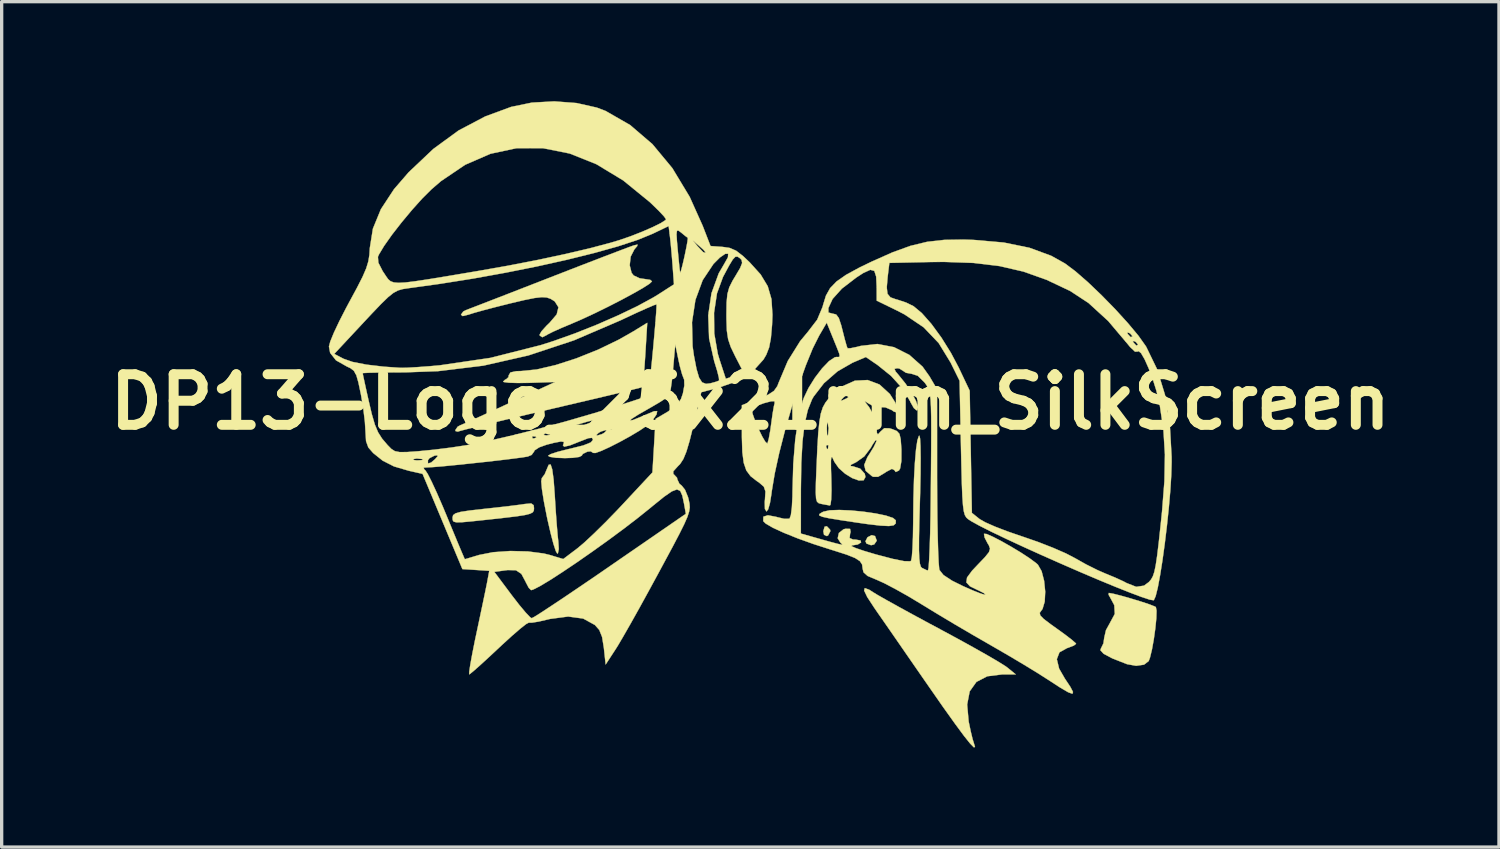
<source format=kicad_pcb>
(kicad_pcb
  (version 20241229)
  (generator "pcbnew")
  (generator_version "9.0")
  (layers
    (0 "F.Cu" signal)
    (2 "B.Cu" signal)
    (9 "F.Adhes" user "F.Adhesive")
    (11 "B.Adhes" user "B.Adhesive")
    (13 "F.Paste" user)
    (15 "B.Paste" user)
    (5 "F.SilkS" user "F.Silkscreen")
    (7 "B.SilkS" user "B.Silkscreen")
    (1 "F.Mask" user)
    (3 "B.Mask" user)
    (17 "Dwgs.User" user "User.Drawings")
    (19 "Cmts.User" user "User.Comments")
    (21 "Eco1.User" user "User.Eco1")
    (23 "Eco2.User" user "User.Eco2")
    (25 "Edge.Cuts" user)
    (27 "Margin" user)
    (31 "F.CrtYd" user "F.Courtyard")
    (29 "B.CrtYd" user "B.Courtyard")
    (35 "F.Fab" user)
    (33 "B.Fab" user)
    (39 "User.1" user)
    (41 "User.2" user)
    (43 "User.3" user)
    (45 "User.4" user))
  (footprint "DP13-Logo_25x21mm_SilkScreen"
    (layer "F.Cu")
    (at 19.565 9.065)
    (property "Reference" "DP13-Logo_25x21mm_SilkScreen" (at 0 0 0) (layer "F.SilkS") (effects (font (size 1.524 1.524) (thickness 0.3))))
    (attr through_hole)
    (fp_poly (pts (xy 2.405 3.85) (xy 2.413 3.895) (xy 2.346 4.022) (xy 2.307 4.043) (xy 2.222 4.004) (xy 2.201 3.895) (xy 2.24 3.76) (xy 2.307 3.747) (xy 2.405 3.85)) (stroke (width 0.01) (type solid)) (fill yes) (layer "F.SilkS"))
    (fp_poly (pts (xy 3.759 4.042) (xy 3.812 4.182) (xy 3.735 4.295) (xy 3.641 4.318) (xy 3.503 4.269) (xy 3.471 4.2) (xy 3.533 4.079) (xy 3.66 4.015) (xy 3.759 4.042)) (stroke (width 0.01) (type solid)) (fill yes) (layer "F.SilkS"))
    (fp_poly (pts (xy 3.036 3.271) (xy 3.414 3.308) (xy 3.777 3.361) (xy 4.086 3.425) (xy 4.302 3.497) (xy 4.385 3.567) (xy 4.384 3.661) (xy 4.322 3.718) (xy 4.178 3.74) (xy 3.927 3.728) (xy 3.549 3.684) (xy 3.204 3.635) (xy 2.717 3.562) (xy 2.38 3.507) (xy 2.174 3.462) (xy 2.08 3.422) (xy 2.08 3.381) (xy 2.155 3.332) (xy 2.206 3.307) (xy 2.393 3.266) (xy 2.683 3.256) (xy 3.036 3.271)) (stroke (width 0.01) (type solid)) (fill yes) (layer "F.SilkS"))
    (fp_poly (pts (xy -5.97 2.035) (xy -5.928 2.345) (xy -5.893 2.82) (xy -5.891 2.857) (xy -5.864 3.291) (xy -5.834 3.7) (xy -5.806 4.032) (xy -5.786 4.212) (xy -5.773 4.434) (xy -5.798 4.56) (xy -5.818 4.572) (xy -5.863 4.494) (xy -5.933 4.28) (xy -6.017 3.961) (xy -6.108 3.567) (xy -6.131 3.46) (xy -6.222 2.994) (xy -6.28 2.631) (xy -6.301 2.391) (xy -6.284 2.296) (xy -6.197 2.18) (xy -6.144 2.053) (xy -6.076 1.893) (xy -6.018 1.886) (xy -5.97 2.035)) (stroke (width 0.01) (type solid)) (fill yes) (layer "F.SilkS"))
    (fp_poly (pts (xy -6.53 3.112) (xy -6.519 3.203) (xy -6.525 3.273) (xy -6.557 3.327) (xy -6.639 3.37) (xy -6.794 3.409) (xy -7.044 3.448) (xy -7.414 3.492) (xy -7.927 3.549) (xy -8.001 3.557) (xy -8.418 3.601) (xy -8.694 3.626) (xy -8.86 3.629) (xy -8.943 3.607) (xy -8.971 3.56) (xy -8.975 3.484) (xy -8.975 3.482) (xy -8.957 3.411) (xy -8.884 3.358) (xy -8.729 3.314) (xy -8.463 3.273) (xy -8.058 3.227) (xy -8.022 3.223) (xy -7.608 3.178) (xy -7.23 3.134) (xy -6.936 3.097) (xy -6.795 3.076) (xy -6.605 3.059) (xy -6.53 3.112)) (stroke (width 0.01) (type solid)) (fill yes) (layer "F.SilkS"))
    (fp_poly (pts (xy 10.942 5.781) (xy 11.182 5.842) (xy 11.476 5.926) (xy 11.776 6.017) (xy 12.032 6.102) (xy 12.195 6.166) (xy 12.224 6.183) (xy 12.245 6.293) (xy 12.238 6.523) (xy 12.208 6.825) (xy 12.162 7.155) (xy 12.106 7.464) (xy 12.047 7.707) (xy 12.008 7.811) (xy 11.867 7.919) (xy 11.63 7.953) (xy 11.357 7.904) (xy 11.345 7.9) (xy 10.915 7.731) (xy 10.65 7.591) (xy 10.551 7.482) (xy 10.568 7.432) (xy 10.644 7.276) (xy 10.668 7.106) (xy 10.721 6.877) (xy 10.837 6.666) (xy 10.986 6.389) (xy 10.971 6.126) (xy 10.875 5.946) (xy 10.799 5.81) (xy 10.806 5.757) (xy 10.942 5.781)) (stroke (width 0.01) (type solid)) (fill yes) (layer "F.SilkS"))
    (fp_poly (pts (xy 3.586 5.661) (xy 3.699 5.734) (xy 3.84 5.82) (xy 4.107 5.972) (xy 4.474 6.176) (xy 4.918 6.419) (xy 5.414 6.687) (xy 5.715 6.848) (xy 6.232 7.127) (xy 6.711 7.391) (xy 7.129 7.627) (xy 7.461 7.821) (xy 7.681 7.958) (xy 7.747 8.005) (xy 8.001 8.212) (xy 7.595 8.212) (xy 7.142 8.269) (xy 6.815 8.439) (xy 6.613 8.723) (xy 6.536 9.121) (xy 6.582 9.634) (xy 6.643 9.926) (xy 6.701 10.165) (xy 6.733 10.266) (xy 6.773 10.398) (xy 6.739 10.411) (xy 6.63 10.301) (xy 6.441 10.065) (xy 6.17 9.698) (xy 5.812 9.197) (xy 5.376 8.571) (xy 5.012 8.046) (xy 4.659 7.536) (xy 4.335 7.067) (xy 4.057 6.666) (xy 3.843 6.359) (xy 3.735 6.202) (xy 3.525 5.881) (xy 3.431 5.685) (xy 3.451 5.611) (xy 3.586 5.661)) (stroke (width 0.01) (type solid)) (fill yes) (layer "F.SilkS"))
    (fp_poly (pts (xy -3.164 -1.43) (xy -3.19 -1.048) (xy -3.214 -0.734) (xy -3.235 -0.523) (xy -3.247 -0.45) (xy -3.333 -0.425) (xy -3.564 -0.367) (xy -3.921 -0.28) (xy -4.385 -0.169) (xy -4.936 -0.039) (xy -5.555 0.106) (xy -6.006 0.212) (xy -6.663 0.365) (xy -7.267 0.509) (xy -7.8 0.636) (xy -8.241 0.744) (xy -8.569 0.826) (xy -8.766 0.879) (xy -8.814 0.895) (xy -8.885 0.878) (xy -8.89 0.849) (xy -8.821 0.746) (xy -8.742 0.703) (xy -8.619 0.651) (xy -8.371 0.54) (xy -8.025 0.384) (xy -7.611 0.195) (xy -7.239 0.024) (xy -5.884 -0.601) (xy -6.668 -0.575) (xy -7.008 -0.571) (xy -7.274 -0.579) (xy -7.427 -0.599) (xy -7.451 -0.614) (xy -7.386 -0.676) (xy -7.366 -0.677) (xy -7.291 -0.746) (xy -7.281 -0.804) (xy -7.229 -0.89) (xy -7.054 -0.927) (xy -6.916 -0.931) (xy -6.443 -0.978) (xy -5.871 -1.111) (xy -5.241 -1.314) (xy -4.592 -1.574) (xy -3.963 -1.878) (xy -3.531 -2.124) (xy -3.106 -2.385) (xy -3.164 -1.43)) (stroke (width 0.01) (type solid)) (fill yes) (layer "F.SilkS"))
    (fp_poly (pts (xy -3.409 -4.698) (xy -3.493 -4.6) (xy -3.606 -4.38) (xy -3.635 -4.119) (xy -3.578 -3.891) (xy -3.513 -3.81) (xy -3.331 -3.726) (xy -3.175 -3.704) (xy -3.016 -3.68) (xy -2.963 -3.635) (xy -3.035 -3.565) (xy -3.232 -3.438) (xy -3.524 -3.271) (xy -3.883 -3.077) (xy -4.279 -2.874) (xy -4.684 -2.675) (xy -5.069 -2.496) (xy -5.376 -2.363) (xy -5.693 -2.23) (xy -5.952 -2.114) (xy -6.11 -2.034) (xy -6.134 -2.017) (xy -6.269 -1.95) (xy -6.346 -2) (xy -6.35 -2.03) (xy -6.292 -2.131) (xy -6.145 -2.295) (xy -6.05 -2.386) (xy -5.835 -2.638) (xy -5.783 -2.855) (xy -5.895 -3.032) (xy -6.02 -3.109) (xy -6.137 -3.149) (xy -6.287 -3.158) (xy -6.502 -3.133) (xy -6.815 -3.07) (xy -7.247 -2.968) (xy -7.661 -2.864) (xy -8.035 -2.766) (xy -8.325 -2.685) (xy -8.488 -2.633) (xy -8.67 -2.588) (xy -8.721 -2.629) (xy -8.652 -2.726) (xy -8.572 -2.767) (xy -8.458 -2.811) (xy -8.208 -2.907) (xy -7.841 -3.049) (xy -7.379 -3.228) (xy -6.843 -3.437) (xy -6.253 -3.666) (xy -6.054 -3.744) (xy -5.45 -3.979) (xy -4.892 -4.195) (xy -4.401 -4.384) (xy -3.997 -4.538) (xy -3.701 -4.65) (xy -3.536 -4.71) (xy -3.514 -4.718) (xy -3.399 -4.744) (xy -3.409 -4.698)) (stroke (width 0.01) (type solid)) (fill yes) (layer "F.SilkS"))
    (fp_poly (pts (xy 3.895 -0.525) (xy 4.207 -0.239) (xy 4.37 0.018) (xy 4.452 0.226) (xy 4.435 0.322) (xy 4.326 0.291) (xy 4.266 0.246) (xy 4.073 0.164) (xy 3.918 0.156) (xy 3.7 0.123) (xy 3.531 0.028) (xy 3.451 -0.029) (xy 3.486 0.035) (xy 3.58 0.155) (xy 3.772 0.494) (xy 3.81 0.742) (xy 3.816 0.934) (xy 3.847 0.979) (xy 3.919 0.9) (xy 3.923 0.894) (xy 4.038 0.791) (xy 4.198 0.795) (xy 4.283 0.821) (xy 4.418 0.877) (xy 4.495 0.962) (xy 4.533 1.122) (xy 4.553 1.402) (xy 4.555 1.437) (xy 4.554 1.78) (xy 4.516 2.004) (xy 4.481 2.066) (xy 4.383 2.112) (xy 4.343 2.055) (xy 4.268 2.017) (xy 4.103 2.103) (xy 4.054 2.137) (xy 3.852 2.256) (xy 3.706 2.257) (xy 3.664 2.235) (xy 3.477 2.076) (xy 3.433 1.9) (xy 3.527 1.669) (xy 3.589 1.572) (xy 3.721 1.358) (xy 3.798 1.194) (xy 3.806 1.152) (xy 3.77 1.16) (xy 3.684 1.287) (xy 3.635 1.377) (xy 3.435 1.642) (xy 3.194 1.814) (xy 3.034 1.894) (xy 3.025 1.932) (xy 3.095 1.94) (xy 3.312 2.01) (xy 3.45 2.164) (xy 3.471 2.261) (xy 3.415 2.362) (xy 3.27 2.367) (xy 3.073 2.296) (xy 2.86 2.165) (xy 2.668 1.995) (xy 2.533 1.803) (xy 2.52 1.773) (xy 2.472 1.67) (xy 2.443 1.662) (xy 2.431 1.769) (xy 2.432 2.01) (xy 2.442 2.322) (xy 2.448 2.667) (xy 2.439 2.937) (xy 2.418 3.095) (xy 2.4 3.121) (xy 2.266 3.097) (xy 2.14 3.073) (xy 2.063 3.052) (xy 2.011 3.007) (xy 1.982 2.907) (xy 1.972 2.727) (xy 1.977 2.436) (xy 1.994 2.006) (xy 1.996 1.963) (xy 2.022 1.371) (xy 2.023 1.355) (xy 2.286 1.355) (xy 2.317 1.424) (xy 2.342 1.411) (xy 2.353 1.311) (xy 2.342 1.298) (xy 2.292 1.31) (xy 2.286 1.355) (xy 2.023 1.355) (xy 2.049 0.922) (xy 2.061 0.804) (xy 2.307 0.804) (xy 2.314 0.979) (xy 2.333 1.024) (xy 2.344 0.996) (xy 2.36 0.792) (xy 2.346 0.657) (xy 2.324 0.61) (xy 2.31 0.712) (xy 2.307 0.804) (xy 2.061 0.804) (xy 2.083 0.589) (xy 2.123 0.363) (xy 2.371 0.363) (xy 2.387 0.423) (xy 2.395 0.416) (xy 2.458 0.328) (xy 2.543 0.212) (xy 2.622 0.097) (xy 2.593 0.102) (xy 2.519 0.159) (xy 2.4 0.288) (xy 2.371 0.363) (xy 2.123 0.363) (xy 2.127 0.345) (xy 2.186 0.164) (xy 2.267 0.018) (xy 2.318 -0.047) (xy 2.727 -0.047) (xy 2.764 -0.044) (xy 2.899 -0.105) (xy 2.935 -0.127) (xy 3.217 -0.127) (xy 3.26 -0.085) (xy 3.302 -0.127) (xy 3.26 -0.169) (xy 3.217 -0.127) (xy 2.935 -0.127) (xy 3.031 -0.187) (xy 3.041 -0.241) (xy 3.037 -0.243) (xy 2.913 -0.214) (xy 2.809 -0.136) (xy 2.727 -0.047) (xy 2.318 -0.047) (xy 2.374 -0.118) (xy 2.389 -0.135) (xy 2.763 -0.466) (xy 3.153 -0.641) (xy 3.537 -0.66) (xy 3.895 -0.525)) (stroke (width 0.01) (type solid)) (fill yes) (layer "F.SilkS"))
    (fp_poly (pts (xy 6.731 -4.884) (xy 7.639 -4.805) (xy 8.412 -4.647) (xy 9.068 -4.406) (xy 9.483 -4.175) (xy 9.797 -3.94) (xy 10.176 -3.61) (xy 10.588 -3.216) (xy 11.001 -2.794) (xy 11.382 -2.375) (xy 11.7 -1.994) (xy 11.92 -1.683) (xy 11.934 -1.661) (xy 12.266 -0.976) (xy 12.501 -0.209) (xy 12.644 0.66) (xy 12.699 1.653) (xy 12.7 1.812) (xy 12.689 2.201) (xy 12.66 2.668) (xy 12.615 3.185) (xy 12.558 3.727) (xy 12.493 4.267) (xy 12.423 4.776) (xy 12.351 5.228) (xy 12.282 5.597) (xy 12.218 5.854) (xy 12.164 5.974) (xy 12.157 5.978) (xy 12.042 5.96) (xy 11.795 5.879) (xy 11.439 5.745) (xy 10.994 5.568) (xy 10.484 5.357) (xy 9.93 5.121) (xy 9.354 4.87) (xy 8.777 4.614) (xy 8.222 4.363) (xy 7.71 4.125) (xy 7.263 3.911) (xy 6.903 3.729) (xy 6.652 3.59) (xy 6.562 3.53) (xy 6.508 3.48) (xy 6.466 3.407) (xy 6.434 3.29) (xy 6.41 3.108) (xy 6.391 2.84) (xy 6.376 2.464) (xy 6.363 1.959) (xy 6.35 1.381) (xy 6.308 -0.639) (xy 6.037 -1.188) (xy 5.677 -1.776) (xy 5.224 -2.25) (xy 4.648 -2.638) (xy 4.44 -2.746) (xy 3.81 -3.053) (xy 3.809 -3.45) (xy 4.113 -3.45) (xy 4.136 -3.258) (xy 4.225 -3.152) (xy 4.398 -3.091) (xy 4.424 -3.086) (xy 4.696 -2.996) (xy 4.92 -2.886) (xy 5.169 -2.679) (xy 5.458 -2.352) (xy 5.759 -1.941) (xy 6.046 -1.481) (xy 6.281 -1.037) (xy 6.613 -0.338) (xy 6.646 1.503) (xy 6.679 3.344) (xy 6.914 3.532) (xy 7.084 3.629) (xy 7.376 3.758) (xy 7.751 3.902) (xy 8.171 4.047) (xy 8.217 4.062) (xy 8.673 4.22) (xy 9.122 4.395) (xy 9.512 4.565) (xy 9.786 4.708) (xy 10.122 4.897) (xy 10.477 5.074) (xy 10.71 5.175) (xy 10.998 5.294) (xy 11.253 5.411) (xy 11.345 5.46) (xy 11.633 5.573) (xy 11.868 5.537) (xy 12.014 5.428) (xy 12.079 5.353) (xy 12.132 5.259) (xy 12.178 5.123) (xy 12.22 4.922) (xy 12.263 4.634) (xy 12.311 4.237) (xy 12.368 3.708) (xy 12.41 3.302) (xy 12.482 2.387) (xy 12.497 1.584) (xy 12.452 0.847) (xy 12.346 0.127) (xy 12.317 -0.022) (xy 12.235 -0.354) (xy 12.127 -0.697) (xy 12.005 -1.018) (xy 11.885 -1.286) (xy 11.779 -1.469) (xy 11.701 -1.534) (xy 11.681 -1.519) (xy 11.596 -1.515) (xy 11.447 -1.656) (xy 11.377 -1.742) (xy 11.296 -1.838) (xy 11.528 -1.838) (xy 11.549 -1.791) (xy 11.634 -1.7) (xy 11.683 -1.719) (xy 11.684 -1.731) (xy 11.624 -1.802) (xy 11.586 -1.828) (xy 11.528 -1.838) (xy 11.296 -1.838) (xy 11.081 -2.092) (xy 11.359 -2.092) (xy 11.38 -2.045) (xy 11.465 -1.954) (xy 11.514 -1.973) (xy 11.515 -1.985) (xy 11.455 -2.056) (xy 11.417 -2.082) (xy 11.359 -2.092) (xy 11.081 -2.092) (xy 10.786 -2.441) (xy 10.193 -2.983) (xy 9.644 -3.343) (xy 8.933 -3.68) (xy 8.236 -3.928) (xy 7.514 -4.095) (xy 6.726 -4.19) (xy 5.833 -4.221) (xy 5.419 -4.217) (xy 4.191 -4.191) (xy 4.14 -3.768) (xy 4.113 -3.45) (xy 3.809 -3.45) (xy 3.809 -3.453) (xy 3.794 -3.777) (xy 3.738 -3.95) (xy 3.617 -3.983) (xy 3.406 -3.887) (xy 3.195 -3.75) (xy 2.759 -3.415) (xy 2.48 -3.104) (xy 2.354 -2.831) (xy 2.355 -2.695) (xy 2.479 -2.661) (xy 2.483 -2.662) (xy 2.588 -2.636) (xy 2.668 -2.529) (xy 2.742 -2.305) (xy 2.779 -2.159) (xy 2.848 -1.887) (xy 2.903 -1.691) (xy 2.93 -1.618) (xy 3.021 -1.619) (xy 3.218 -1.66) (xy 3.334 -1.69) (xy 3.832 -1.746) (xy 4.33 -1.651) (xy 4.794 -1.418) (xy 5.192 -1.064) (xy 5.399 -0.774) (xy 5.63 -0.381) (xy 5.63 2.244) (xy 5.633 2.902) (xy 5.639 3.513) (xy 5.649 4.054) (xy 5.662 4.501) (xy 5.677 4.834) (xy 5.694 5.029) (xy 5.701 5.064) (xy 5.821 5.216) (xy 6.084 5.389) (xy 6.413 5.552) (xy 6.709 5.682) (xy 6.942 5.774) (xy 7.071 5.813) (xy 7.085 5.812) (xy 7.039 5.762) (xy 6.885 5.684) (xy 6.864 5.675) (xy 6.622 5.557) (xy 6.512 5.439) (xy 6.533 5.292) (xy 6.686 5.085) (xy 6.855 4.906) (xy 7.075 4.676) (xy 7.193 4.528) (xy 7.226 4.424) (xy 7.192 4.325) (xy 7.151 4.259) (xy 7.062 4.086) (xy 7.043 3.974) (xy 7.12 3.98) (xy 7.305 4.06) (xy 7.561 4.192) (xy 7.854 4.358) (xy 8.15 4.536) (xy 8.414 4.709) (xy 8.611 4.854) (xy 8.669 4.906) (xy 8.781 5.102) (xy 8.856 5.392) (xy 8.889 5.717) (xy 8.874 6.019) (xy 8.809 6.238) (xy 8.776 6.283) (xy 8.724 6.356) (xy 8.74 6.434) (xy 8.845 6.542) (xy 9.059 6.704) (xy 9.231 6.827) (xy 9.498 7.02) (xy 9.702 7.178) (xy 9.811 7.275) (xy 9.82 7.29) (xy 9.749 7.345) (xy 9.573 7.412) (xy 9.546 7.42) (xy 9.318 7.547) (xy 9.239 7.753) (xy 9.308 8.038) (xy 9.477 8.332) (xy 9.647 8.588) (xy 9.727 8.743) (xy 9.708 8.796) (xy 9.58 8.75) (xy 9.332 8.604) (xy 8.975 8.372) (xy 8.659 8.171) (xy 8.244 7.917) (xy 7.781 7.642) (xy 7.319 7.374) (xy 7.237 7.327) (xy 6.735 7.038) (xy 6.178 6.712) (xy 5.635 6.387) (xy 5.171 6.104) (xy 5.162 6.098) (xy 4.763 5.858) (xy 4.375 5.64) (xy 4.042 5.465) (xy 3.805 5.358) (xy 3.789 5.352) (xy 3.534 5.244) (xy 3.412 5.134) (xy 3.387 5.028) (xy 3.37 4.9) (xy 3.303 4.798) (xy 3.158 4.704) (xy 2.909 4.604) (xy 2.529 4.482) (xy 2.413 4.446) (xy 1.903 4.282) (xy 1.426 4.111) (xy 1.069 3.967) (xy 1.524 3.967) (xy 2.011 4.105) (xy 2.387 4.211) (xy 2.624 4.274) (xy 2.746 4.301) (xy 2.775 4.294) (xy 2.737 4.26) (xy 2.722 4.25) (xy 2.634 4.109) (xy 2.67 3.95) (xy 2.809 3.839) (xy 2.866 3.824) (xy 3.007 3.826) (xy 3.023 3.919) (xy 3.008 3.972) (xy 2.994 4.102) (xy 3.094 4.146) (xy 3.174 4.149) (xy 3.324 4.176) (xy 3.339 4.236) (xy 3.238 4.297) (xy 3.064 4.324) (xy 3.051 4.347) (xy 3.179 4.405) (xy 3.425 4.489) (xy 3.767 4.591) (xy 3.81 4.603) (xy 4.302 4.732) (xy 4.638 4.799) (xy 4.818 4.803) (xy 4.846 4.787) (xy 4.869 4.674) (xy 4.888 4.425) (xy 4.902 4.076) (xy 4.909 3.659) (xy 4.91 3.556) (xy 4.917 2.913) (xy 4.934 2.331) (xy 4.961 1.831) (xy 4.995 1.434) (xy 5.036 1.158) (xy 5.081 1.025) (xy 5.096 1.016) (xy 5.117 1.097) (xy 5.13 1.329) (xy 5.135 1.693) (xy 5.132 2.171) (xy 5.12 2.743) (xy 5.113 2.971) (xy 5.095 3.612) (xy 5.085 4.103) (xy 5.084 4.464) (xy 5.093 4.715) (xy 5.112 4.876) (xy 5.141 4.967) (xy 5.173 5.002) (xy 5.312 5.069) (xy 5.355 5.079) (xy 5.373 4.998) (xy 5.39 4.77) (xy 5.406 4.417) (xy 5.421 3.961) (xy 5.432 3.424) (xy 5.439 2.857) (xy 5.447 2.047) (xy 5.452 1.388) (xy 5.454 0.863) (xy 5.452 0.455) (xy 5.445 0.147) (xy 5.433 -0.08) (xy 5.413 -0.242) (xy 5.386 -0.357) (xy 5.349 -0.443) (xy 5.304 -0.516) (xy 5.257 -0.582) (xy 5.049 -0.788) (xy 4.868 -0.847) (xy 4.691 -0.879) (xy 4.614 -0.931) (xy 4.493 -1.007) (xy 4.425 -1.016) (xy 4.346 -0.997) (xy 4.38 -0.918) (xy 4.459 -0.826) (xy 4.677 -0.555) (xy 4.861 -0.28) (xy 4.992 -0.034) (xy 5.057 0.153) (xy 5.037 0.248) (xy 5.011 0.254) (xy 4.929 0.184) (xy 4.831 0.012) (xy 4.819 -0.017) (xy 4.592 -0.4) (xy 4.243 -0.785) (xy 3.846 -1.105) (xy 3.484 -1.354) (xy 3.076 -1.18) (xy 2.629 -0.922) (xy 2.22 -0.565) (xy 1.908 -0.161) (xy 1.859 -0.074) (xy 1.733 0.244) (xy 1.638 0.657) (xy 1.574 1.184) (xy 1.537 1.841) (xy 1.525 2.64) (xy 1.524 3.967) (xy 1.069 3.967) (xy 1.009 3.943) (xy 0.679 3.791) (xy 0.463 3.665) (xy 0.39 3.592) (xy 0.394 3.459) (xy 0.53 3.416) (xy 0.783 3.464) (xy 0.804 3.471) (xy 1.02 3.522) (xy 1.171 3.521) (xy 1.184 3.515) (xy 1.223 3.411) (xy 1.253 3.177) (xy 1.27 2.851) (xy 1.272 2.683) (xy 1.295 1.87) (xy 1.355 1.13) (xy 1.45 0.492) (xy 1.576 -0.015) (xy 1.612 -0.12) (xy 1.755 -0.421) (xy 1.948 -0.73) (xy 2.164 -1.012) (xy 2.372 -1.229) (xy 2.545 -1.345) (xy 2.593 -1.355) (xy 2.663 -1.354) (xy 2.694 -1.377) (xy 2.68 -1.457) (xy 2.614 -1.628) (xy 2.506 -1.893) (xy 2.304 -2.39) (xy 2.073 -1.995) (xy 1.882 -1.614) (xy 1.673 -1.102) (xy 1.457 -0.496) (xy 1.245 0.17) (xy 1.046 0.858) (xy 0.873 1.532) (xy 0.736 2.157) (xy 0.646 2.697) (xy 0.637 2.773) (xy 0.593 3.047) (xy 0.538 3.238) (xy 0.489 3.302) (xy 0.44 3.225) (xy 0.435 3.017) (xy 0.442 2.937) (xy 0.457 2.699) (xy 0.408 2.554) (xy 0.264 2.429) (xy 0.196 2.384) (xy 0.009 2.238) (xy -0.119 2.067) (xy -0.198 1.836) (xy -0.24 1.512) (xy -0.254 1.061) (xy -0.254 0.933) (xy -0.254 0.221) (xy 0.042 0.221) (xy 0.072 0.366) (xy 0.149 0.581) (xy 0.251 0.821) (xy 0.359 1.042) (xy 0.453 1.201) (xy 0.511 1.252) (xy 0.517 1.247) (xy 0.556 1.111) (xy 0.601 0.866) (xy 0.632 0.643) (xy 0.672 0.355) (xy 0.711 0.129) (xy 0.734 0.036) (xy 0.728 -0.021) (xy 0.624 -0.019) (xy 0.409 0.038) (xy 0.189 0.117) (xy 0.058 0.194) (xy 0.042 0.221) (xy -0.254 0.221) (xy -0.254 0.098) (xy 0.254 -0.099) (xy 0.544 -0.222) (xy 0.715 -0.335) (xy 0.814 -0.475) (xy 0.859 -0.592) (xy 1.131 -1.236) (xy 1.502 -1.831) (xy 1.731 -2.107) (xy 2.016 -2.478) (xy 2.178 -2.864) (xy 2.196 -2.932) (xy 2.28 -3.204) (xy 2.406 -3.43) (xy 2.6 -3.631) (xy 2.886 -3.831) (xy 3.288 -4.05) (xy 3.66 -4.23) (xy 4.287 -4.509) (xy 4.825 -4.704) (xy 5.328 -4.826) (xy 5.846 -4.885) (xy 6.431 -4.894) (xy 6.731 -4.884)) (stroke (width 0.01) (type solid)) (fill yes) (layer "F.SilkS"))
    (fp_poly (pts (xy -5.237 -9.009) (xy -4.628 -8.872) (xy -4.364 -8.772) (xy -3.623 -8.347) (xy -2.95 -7.77) (xy -2.35 -7.047) (xy -1.828 -6.183) (xy -1.435 -5.308) (xy -1.199 -4.699) (xy -0.832 -4.673) (xy -0.615 -4.64) (xy -0.427 -4.558) (xy -0.219 -4.397) (xy -0.021 -4.21) (xy 0.311 -3.843) (xy 0.525 -3.489) (xy 0.638 -3.1) (xy 0.668 -2.627) (xy 0.656 -2.324) (xy 0.621 -1.925) (xy 0.567 -1.642) (xy 0.481 -1.421) (xy 0.396 -1.277) (xy 0.064 -0.909) (xy -0.394 -0.626) (xy -0.965 -0.427) (xy -1.478 -0.293) (xy -1.717 0.721) (xy -1.831 1.178) (xy -1.927 1.5) (xy -2.017 1.719) (xy -2.115 1.869) (xy -2.185 1.94) (xy -2.323 2.094) (xy -2.318 2.175) (xy -2.307 2.18) (xy -2.209 2.284) (xy -2.201 2.331) (xy -2.136 2.468) (xy -2.069 2.521) (xy -1.969 2.645) (xy -1.878 2.867) (xy -1.855 2.956) (xy -1.832 3.071) (xy -1.825 3.181) (xy -1.844 3.304) (xy -1.895 3.463) (xy -1.989 3.678) (xy -2.134 3.969) (xy -2.338 4.359) (xy -2.611 4.866) (xy -2.764 5.15) (xy -3.057 5.689) (xy -3.341 6.206) (xy -3.602 6.672) (xy -3.824 7.06) (xy -3.99 7.343) (xy -4.057 7.449) (xy -4.36 7.914) (xy -4.414 7.411) (xy -4.467 7.085) (xy -4.552 6.872) (xy -4.685 6.722) (xy -5.038 6.529) (xy -5.49 6.468) (xy -6.035 6.54) (xy -6.098 6.555) (xy -6.377 6.62) (xy -6.588 6.654) (xy -6.678 6.653) (xy -6.757 6.695) (xy -6.934 6.834) (xy -7.185 7.051) (xy -7.485 7.325) (xy -7.58 7.414) (xy -7.891 7.704) (xy -8.157 7.948) (xy -8.355 8.122) (xy -8.462 8.207) (xy -8.472 8.212) (xy -8.472 8.134) (xy -8.44 7.92) (xy -8.381 7.597) (xy -8.301 7.194) (xy -8.252 6.964) (xy -8.153 6.498) (xy -8.062 6.066) (xy -7.987 5.707) (xy -7.937 5.46) (xy -7.926 5.402) (xy -7.874 5.122) (xy -7.715 5.122) (xy -7.193 5.821) (xy -6.968 6.112) (xy -6.775 6.343) (xy -6.638 6.487) (xy -6.589 6.519) (xy -6.502 6.473) (xy -6.293 6.341) (xy -5.979 6.135) (xy -5.577 5.867) (xy -5.104 5.547) (xy -4.577 5.188) (xy -4.225 4.945) (xy -1.942 3.372) (xy -1.998 3.062) (xy -2.049 2.824) (xy -2.112 2.681) (xy -2.21 2.637) (xy -2.365 2.695) (xy -2.599 2.857) (xy -2.933 3.127) (xy -3.02 3.199) (xy -3.395 3.5) (xy -3.825 3.83) (xy -4.29 4.173) (xy -4.766 4.514) (xy -5.231 4.838) (xy -5.664 5.129) (xy -6.042 5.373) (xy -6.342 5.553) (xy -6.544 5.655) (xy -6.607 5.673) (xy -6.678 5.603) (xy -6.767 5.434) (xy -6.772 5.421) (xy -6.901 5.181) (xy -7.063 5.073) (xy -7.313 5.067) (xy -7.392 5.077) (xy -7.715 5.122) (xy -7.874 5.122) (xy -7.868 5.09) (xy -8.678 5.038) (xy -9.878 2.168) (xy -10.294 2.074) (xy -10.614 1.98) (xy -9.848 1.98) (xy -9.826 2.035) (xy -9.794 2.062) (xy -9.723 2.17) (xy -9.603 2.407) (xy -9.447 2.744) (xy -9.269 3.153) (xy -9.145 3.45) (xy -8.968 3.88) (xy -8.815 4.249) (xy -8.696 4.532) (xy -8.623 4.702) (xy -8.604 4.74) (xy -8.525 4.718) (xy -8.333 4.66) (xy -8.178 4.613) (xy -7.751 4.529) (xy -7.235 4.493) (xy -6.703 4.506) (xy -6.226 4.568) (xy -6.05 4.611) (xy -5.638 4.735) (xy -5.21 4.412) (xy -4.999 4.234) (xy -4.708 3.962) (xy -4.368 3.628) (xy -4.013 3.263) (xy -3.866 3.107) (xy -2.95 2.125) (xy -2.902 1.317) (xy -2.854 0.51) (xy -2.488 0.295) (xy -2.234 0.115) (xy -2.09 -0.087) (xy -2.031 -0.258) (xy -1.988 -0.495) (xy -1.993 -0.671) (xy -2.005 -0.7) (xy -2.057 -0.837) (xy -2.123 -1.078) (xy -2.166 -1.27) (xy -2.262 -1.736) (xy -2.326 -1.006) (xy -2.36 -0.666) (xy -2.398 -0.39) (xy -2.433 -0.221) (xy -2.443 -0.195) (xy -2.539 -0.116) (xy -2.744 0.016) (xy -3.016 0.175) (xy -3.069 0.205) (xy -3.389 0.389) (xy -3.576 0.509) (xy -3.627 0.562) (xy -3.536 0.544) (xy -3.323 0.459) (xy -3.095 0.362) (xy -2.925 0.29) (xy -2.9 0.28) (xy -2.807 0.276) (xy -2.826 0.376) (xy -2.953 0.562) (xy -2.988 0.605) (xy -3.119 0.717) (xy -3.343 0.867) (xy -3.625 1.035) (xy -3.933 1.204) (xy -4.231 1.356) (xy -4.488 1.474) (xy -4.669 1.539) (xy -4.741 1.535) (xy -4.741 1.533) (xy -4.809 1.489) (xy -4.911 1.499) (xy -5.048 1.566) (xy -5.08 1.619) (xy -5.157 1.658) (xy -5.357 1.685) (xy -5.588 1.693) (xy -5.856 1.683) (xy -6.04 1.655) (xy -6.096 1.623) (xy -6.019 1.574) (xy -5.815 1.506) (xy -5.523 1.431) (xy -5.419 1.407) (xy -5.031 1.31) (xy -4.807 1.22) (xy -4.741 1.142) (xy -4.771 1.082) (xy -4.881 1.092) (xy -5.104 1.178) (xy -5.129 1.188) (xy -5.438 1.31) (xy -5.609 1.349) (xy -5.648 1.308) (xy -5.63 1.27) (xy -5.618 1.205) (xy -5.708 1.192) (xy -5.923 1.233) (xy -6.137 1.288) (xy -6.363 1.369) (xy -6.5 1.459) (xy -6.519 1.498) (xy -6.591 1.597) (xy -6.71 1.646) (xy -6.884 1.674) (xy -7.184 1.713) (xy -7.572 1.76) (xy -8.013 1.81) (xy -8.47 1.859) (xy -8.905 1.904) (xy -9.283 1.941) (xy -9.566 1.964) (xy -9.719 1.972) (xy -9.72 1.972) (xy -9.848 1.98) (xy -10.614 1.98) (xy -10.738 1.944) (xy -11.082 1.769) (xy -11.11 1.746) (xy -10.172 1.746) (xy -10.059 1.761) (xy -10.033 1.761) (xy -9.959 1.757) (xy -9.716 1.757) (xy -9.715 1.853) (xy -9.623 1.828) (xy -9.504 1.727) (xy -9.415 1.627) (xy -9.457 1.609) (xy -9.524 1.621) (xy -9.673 1.697) (xy -9.716 1.757) (xy -9.959 1.757) (xy -9.888 1.752) (xy -9.876 1.726) (xy -9.883 1.722) (xy -10.051 1.706) (xy -10.137 1.719) (xy -10.172 1.746) (xy -11.11 1.746) (xy -11.367 1.54) (xy -11.513 1.372) (xy -11.582 1.182) (xy -11.599 0.898) (xy -11.599 0.894) (xy -11.617 0.601) (xy -11.663 0.218) (xy -11.728 -0.18) (xy -11.74 -0.243) (xy -11.813 -0.59) (xy -11.876 -0.809) (xy -11.909 -0.867) (xy -11.684 -0.867) (xy -11.667 -0.78) (xy -11.621 -0.566) (xy -11.554 -0.262) (xy -11.512 -0.074) (xy -11.409 0.366) (xy -11.317 0.682) (xy -11.22 0.913) (xy -11.1 1.104) (xy -10.938 1.294) (xy -10.933 1.3) (xy -10.819 1.416) (xy -10.712 1.484) (xy -10.568 1.512) (xy -10.344 1.51) (xy -9.995 1.485) (xy -9.991 1.484) (xy -9.532 1.439) (xy -9.018 1.375) (xy -8.558 1.305) (xy -8.551 1.304) (xy -7.939 1.185) (xy -7.323 1.044) (xy -6.576 1.044) (xy -6.564 1.095) (xy -6.519 1.101) (xy -6.45 1.07) (xy -6.463 1.044) (xy -6.563 1.034) (xy -6.576 1.044) (xy -7.323 1.044) (xy -7.208 1.018) (xy -7.12 0.996) (xy -6.229 0.996) (xy -6.145 1.009) (xy -6.069 0.998) (xy -4.64 0.998) (xy -4.614 1.013) (xy -4.475 0.971) (xy -4.403 0.931) (xy -4.335 0.864) (xy -4.36 0.849) (xy -4.499 0.891) (xy -4.572 0.931) (xy -4.64 0.998) (xy -6.069 0.998) (xy -6.036 0.994) (xy -6.034 0.965) (xy -6.148 0.945) (xy -6.197 0.958) (xy -6.229 0.996) (xy -7.12 0.996) (xy -6.61 0.868) (xy -5.722 0.868) (xy -5.718 0.887) (xy -5.673 0.881) (xy -5.398 0.82) (xy -5.347 0.804) (xy -4.233 0.804) (xy -4.191 0.847) (xy -4.149 0.804) (xy -4.191 0.762) (xy -4.233 0.804) (xy -5.347 0.804) (xy -5.147 0.744) (xy -4.047 0.744) (xy -4.022 0.759) (xy -3.883 0.717) (xy -3.81 0.677) (xy -3.742 0.61) (xy -3.768 0.595) (xy -3.907 0.637) (xy -3.979 0.677) (xy -4.047 0.744) (xy -5.147 0.744) (xy -5.087 0.726) (xy -5.015 0.701) (xy -4.771 0.606) (xy -4.678 0.555) (xy -4.721 0.55) (xy -4.888 0.587) (xy -5.164 0.668) (xy -5.337 0.723) (xy -5.589 0.81) (xy -5.722 0.868) (xy -6.61 0.868) (xy -6.399 0.815) (xy -5.553 0.585) (xy -5.144 0.466) (xy -4.572 0.466) (xy -4.53 0.508) (xy -4.487 0.466) (xy -4.53 0.423) (xy -4.572 0.466) (xy -5.144 0.466) (xy -4.711 0.34) (xy -4.331 0.223) (xy -3.905 0.088) (xy -3.541 -0.029) (xy -3.267 -0.12) (xy -3.112 -0.175) (xy -3.088 -0.185) (xy -3.071 -0.275) (xy -3.043 -0.498) (xy -3.008 -0.819) (xy -2.968 -1.205) (xy -2.928 -1.621) (xy -2.891 -2.032) (xy -2.859 -2.404) (xy -1.757 -2.404) (xy -1.74 -1.683) (xy -1.699 -1.395) (xy -1.621 -0.992) (xy -1.544 -0.732) (xy -1.454 -0.591) (xy -1.336 -0.545) (xy -1.203 -0.561) (xy -1.024 -0.611) (xy -0.94 -0.645) (xy -0.948 -0.734) (xy -0.999 -0.938) (xy -1.084 -1.216) (xy -1.088 -1.228) (xy -1.242 -1.913) (xy -1.268 -2.609) (xy -1.257 -2.687) (xy -1.093 -2.687) (xy -1.086 -2.063) (xy -0.98 -1.452) (xy -0.93 -1.284) (xy -0.739 -0.7) (xy -0.466 -0.784) (xy -0.193 -0.868) (xy -0.456 -1.379) (xy -0.589 -1.655) (xy -0.668 -1.89) (xy -0.707 -2.147) (xy -0.719 -2.491) (xy -0.72 -2.625) (xy -0.715 -2.995) (xy -0.69 -3.253) (xy -0.634 -3.454) (xy -0.533 -3.656) (xy -0.451 -3.791) (xy -0.305 -4.038) (xy -0.246 -4.188) (xy -0.263 -4.28) (xy -0.309 -4.329) (xy -0.384 -4.38) (xy -0.45 -4.376) (xy -0.529 -4.293) (xy -0.641 -4.108) (xy -0.807 -3.797) (xy -0.823 -3.768) (xy -1.005 -3.272) (xy -1.093 -2.687) (xy -1.257 -2.687) (xy -1.17 -3.276) (xy -0.951 -3.877) (xy -0.794 -4.146) (xy -0.674 -4.36) (xy -0.667 -4.467) (xy -0.754 -4.465) (xy -0.916 -4.354) (xy -1.111 -4.158) (xy -1.436 -3.67) (xy -1.654 -3.076) (xy -1.757 -2.404) (xy -2.859 -2.404) (xy -2.859 -2.404) (xy -2.836 -2.702) (xy -2.826 -2.891) (xy -2.828 -2.941) (xy -2.909 -2.915) (xy -3.113 -2.828) (xy -3.414 -2.693) (xy -3.782 -2.521) (xy -3.902 -2.464) (xy -5.315 -1.857) (xy -6.689 -1.402) (xy -8.047 -1.094) (xy -9.412 -0.928) (xy -10.393 -0.892) (xy -10.839 -0.89) (xy -11.218 -0.885) (xy -11.501 -0.879) (xy -11.66 -0.871) (xy -11.684 -0.867) (xy -11.909 -0.867) (xy -11.949 -0.939) (xy -12.052 -1.018) (xy -12.155 -1.066) (xy -12.487 -1.254) (xy -12.64 -1.448) (xy -12.54 -1.448) (xy -12.26 -1.301) (xy -11.988 -1.206) (xy -11.574 -1.125) (xy -11.047 -1.063) (xy -10.541 -1.028) (xy -10.353 -1.031) (xy -10.043 -1.049) (xy -9.661 -1.077) (xy -9.36 -1.104) (xy -7.833 -1.328) (xy -6.314 -1.713) (xy -5.927 -1.837) (xy -5.28 -2.068) (xy -4.613 -2.334) (xy -3.969 -2.616) (xy -3.389 -2.895) (xy -2.916 -3.153) (xy -2.78 -3.236) (xy -2.301 -3.544) (xy -2.34 -4.079) (xy -2.368 -4.431) (xy -2.399 -4.773) (xy -2.419 -4.958) (xy -2.433 -5.071) (xy -2.224 -5.071) (xy -2.212 -4.859) (xy -2.188 -4.589) (xy -2.158 -4.274) (xy -2.133 -4.031) (xy -2.116 -3.903) (xy -2.114 -3.895) (xy -2.091 -3.948) (xy -2.043 -4.128) (xy -1.981 -4.395) (xy -1.924 -4.672) (xy -1.889 -4.868) (xy -1.736 -4.868) (xy -1.574 -4.678) (xy -1.424 -4.518) (xy -1.359 -4.495) (xy -1.355 -4.517) (xy -1.412 -4.586) (xy -1.545 -4.707) (xy -1.736 -4.868) (xy -1.889 -4.868) (xy -1.889 -4.87) (xy -1.884 -4.947) (xy -1.957 -5) (xy -2.076 -5.098) (xy -2.162 -5.163) (xy -2.209 -5.163) (xy -2.224 -5.071) (xy -2.433 -5.071) (xy -2.461 -5.301) (xy -2.945 -5.069) (xy -3.392 -4.886) (xy -3.985 -4.691) (xy -4.703 -4.49) (xy -5.521 -4.287) (xy -6.419 -4.087) (xy -7.374 -3.896) (xy -8.364 -3.717) (xy -9.366 -3.558) (xy -10.305 -3.428) (xy -10.476 -3.402) (xy -10.619 -3.361) (xy -10.758 -3.286) (xy -10.919 -3.157) (xy -11.127 -2.955) (xy -11.408 -2.661) (xy -11.643 -2.41) (xy -12.54 -1.448) (xy -12.64 -1.448) (xy -12.664 -1.479) (xy -12.7 -1.671) (xy -12.66 -1.822) (xy -12.552 -2.086) (xy -12.388 -2.433) (xy -12.185 -2.829) (xy -12.094 -2.999) (xy -11.855 -3.441) (xy -11.687 -3.771) (xy -11.578 -4.023) (xy -11.514 -4.232) (xy -11.49 -4.375) (xy -11.224 -4.375) (xy -11.211 -4.198) (xy -11.079 -3.939) (xy -11.043 -3.887) (xy -10.974 -3.782) (xy -10.915 -3.699) (xy -10.846 -3.64) (xy -10.749 -3.603) (xy -10.605 -3.59) (xy -10.396 -3.601) (xy -10.103 -3.637) (xy -9.706 -3.697) (xy -9.187 -3.782) (xy -8.527 -3.893) (xy -8.213 -3.946) (xy -7.301 -4.107) (xy -6.413 -4.279) (xy -5.58 -4.457) (xy -4.835 -4.632) (xy -4.21 -4.798) (xy -3.937 -4.88) (xy -3.601 -4.996) (xy -3.258 -5.131) (xy -2.946 -5.267) (xy -2.701 -5.388) (xy -2.56 -5.478) (xy -2.54 -5.506) (xy -2.598 -5.589) (xy -2.752 -5.754) (xy -2.972 -5.969) (xy -3.034 -6.027) (xy -3.83 -6.676) (xy -4.636 -7.164) (xy -5.446 -7.488) (xy -6.253 -7.649) (xy -7.051 -7.647) (xy -7.833 -7.48) (xy -8.594 -7.149) (xy -9.326 -6.654) (xy -9.61 -6.409) (xy -9.889 -6.131) (xy -10.198 -5.787) (xy -10.511 -5.411) (xy -10.8 -5.04) (xy -11.036 -4.706) (xy -11.192 -4.447) (xy -11.224 -4.375) (xy -11.49 -4.375) (xy -11.481 -4.432) (xy -11.468 -4.64) (xy -11.375 -5.223) (xy -11.134 -5.81) (xy -10.739 -6.412) (xy -10.298 -6.922) (xy -9.555 -7.625) (xy -8.796 -8.18) (xy -7.988 -8.606) (xy -7.208 -8.893) (xy -6.584 -9.022) (xy -5.908 -9.06) (xy -5.237 -9.009)) (stroke (width 0.01) (type solid)) (fill yes) (layer "F.SilkS")))
  (gr_rect
    (start -3 -3)
    (end 42.131 22.481)
    (stroke (width 0.1) (type default))
    (fill no)
    (layer "Edge.Cuts")))
</source>
